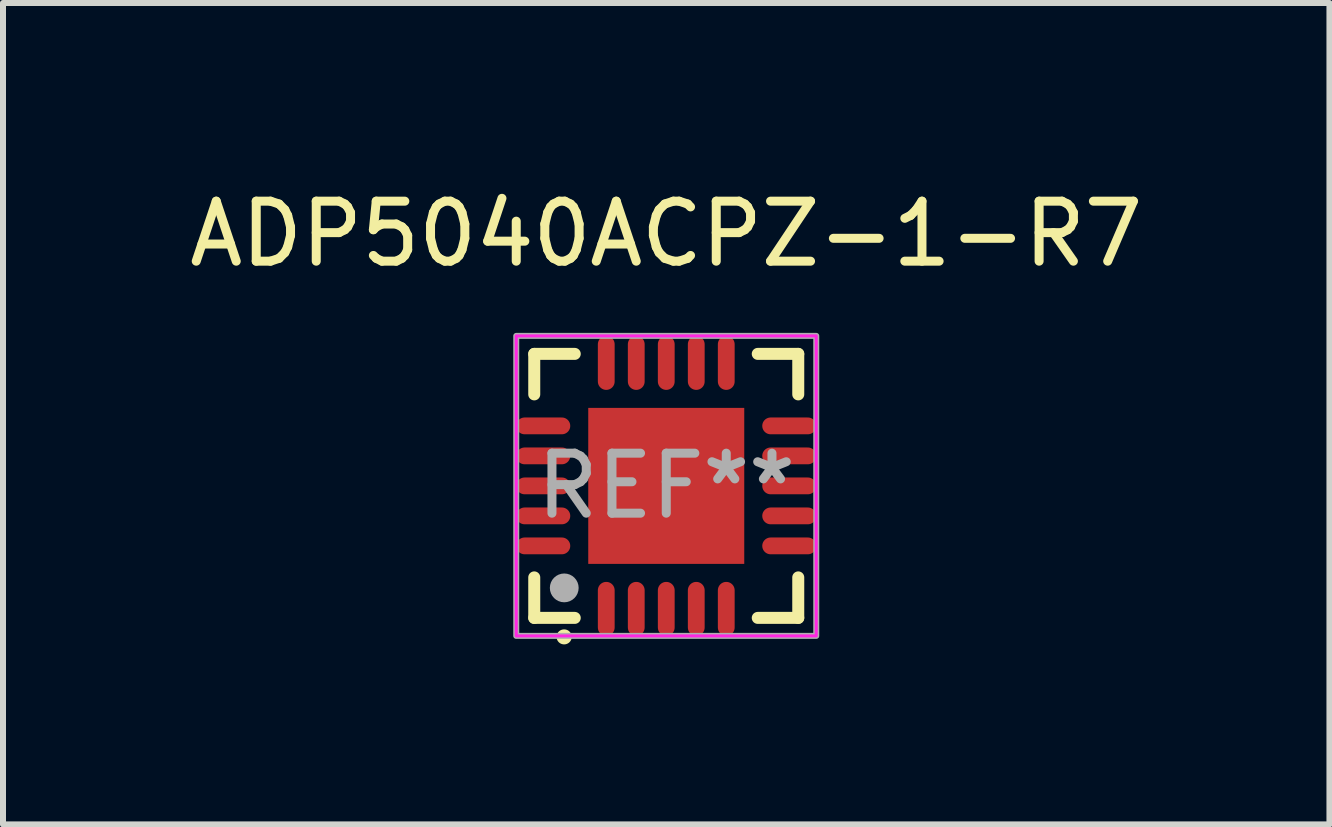
<source format=kicad_pcb>
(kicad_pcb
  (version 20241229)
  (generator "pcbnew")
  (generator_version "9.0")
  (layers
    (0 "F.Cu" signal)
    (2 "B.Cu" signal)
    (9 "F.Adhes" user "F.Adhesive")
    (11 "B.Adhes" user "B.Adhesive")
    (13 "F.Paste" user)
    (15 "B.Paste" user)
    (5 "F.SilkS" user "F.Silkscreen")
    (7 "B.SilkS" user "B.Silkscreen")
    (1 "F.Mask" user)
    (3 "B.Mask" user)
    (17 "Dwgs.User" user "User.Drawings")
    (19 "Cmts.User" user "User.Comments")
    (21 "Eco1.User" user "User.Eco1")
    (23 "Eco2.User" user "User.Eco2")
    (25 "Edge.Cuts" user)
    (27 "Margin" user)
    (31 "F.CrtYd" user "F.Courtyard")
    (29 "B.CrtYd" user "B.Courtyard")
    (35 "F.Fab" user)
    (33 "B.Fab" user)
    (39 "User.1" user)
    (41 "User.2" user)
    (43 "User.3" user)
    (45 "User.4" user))
  (footprint "ADP5040ACPZ-1-R7"
    (layer "F.Cu")
    (at 8.054 5.048)
    (property "Reference" "ADP5040ACPZ-1-R7" (at -0.000076 -4.2 0) (layer "F.SilkS") (effects (font (size 1 1) (thickness 0.15))))
    (attr smd)
    (fp_line (start -2.2 -2.2) (end -1.525 -2.2) (stroke (width 0.2) (type solid)) (layer "F.SilkS"))
    (fp_line (start -2.2 -1.525) (end -2.2 -2.2) (stroke (width 0.2) (type solid)) (layer "F.SilkS"))
    (fp_line (start -2.2 2.2) (end -2.2 1.525) (stroke (width 0.2) (type solid)) (layer "F.SilkS"))
    (fp_line (start -1.525 2.2) (end -2.2 2.2) (stroke (width 0.2) (type solid)) (layer "F.SilkS"))
    (fp_line (start 1.525 2.2) (end 2.2 2.2) (stroke (width 0.2) (type solid)) (layer "F.SilkS"))
    (fp_line (start 2.2 -2.2) (end 1.525 -2.2) (stroke (width 0.2) (type solid)) (layer "F.SilkS"))
    (fp_line (start 2.2 -1.525) (end 2.2 -2.2) (stroke (width 0.2) (type solid)) (layer "F.SilkS"))
    (fp_line (start 2.2 2.2) (end 2.2 1.525) (stroke (width 0.2) (type solid)) (layer "F.SilkS"))
    (fp_arc (start -1.70315 2.516535) (mid -1.70188 2.516529) (end -1.70061 2.516535) (stroke (width 0.25) (type solid)) (layer "F.SilkS"))
    (fp_rect (start -2.5 -2.5) (end 2.5 2.5) (stroke (width 0.05) (type default)) (fill no) (layer "F.CrtYd"))
    (fp_rect (start -2.5 -2.5) (end 2.5 2.5) (stroke (width 0.1) (type default)) (fill no) (layer "F.Fab"))
    (fp_circle (center -1.7 1.7) (end -1.58 1.7) (stroke (width 0.24) (type solid)) (fill no) (layer "F.Fab"))
    (fp_text user "REF**" (at 0 0 0) (layer "F.Fab") (effects (font (size 1 1) (thickness 0.15))))
    (pad "1" smd oval (at -1 2.05) (size 0.28 0.9) (layers "F.Cu" "F.Mask" "F.Paste"))
    (pad "2" smd oval (at -0.5 2.05) (size 0.28 0.9) (layers "F.Cu" "F.Mask" "F.Paste"))
    (pad "3" smd oval (at 0 2.05) (size 0.28 0.9) (layers "F.Cu" "F.Mask" "F.Paste"))
    (pad "4" smd oval (at 0.5 2.05) (size 0.28 0.9) (layers "F.Cu" "F.Mask" "F.Paste"))
    (pad "5" smd oval (at 1 2.05) (size 0.28 0.9) (layers "F.Cu" "F.Mask" "F.Paste"))
    (pad "6" smd oval (at 2.05 1) (size 0.9 0.28) (layers "F.Cu" "F.Mask" "F.Paste"))
    (pad "7" smd oval (at 2.05 0.5) (size 0.9 0.28) (layers "F.Cu" "F.Mask" "F.Paste"))
    (pad "8" smd oval (at 2.05 0) (size 0.9 0.28) (layers "F.Cu" "F.Mask" "F.Paste"))
    (pad "9" smd oval (at 2.05 -0.5) (size 0.9 0.28) (layers "F.Cu" "F.Mask" "F.Paste"))
    (pad "10" smd oval (at 2.05 -1) (size 0.9 0.28) (layers "F.Cu" "F.Mask" "F.Paste"))
    (pad "11" smd oval (at 1 -2.05) (size 0.28 0.9) (layers "F.Cu" "F.Mask" "F.Paste"))
    (pad "12" smd oval (at 0.5 -2.05) (size 0.28 0.9) (layers "F.Cu" "F.Mask" "F.Paste"))
    (pad "13" smd oval (at 0 -2.05) (size 0.28 0.9) (layers "F.Cu" "F.Mask" "F.Paste"))
    (pad "14" smd oval (at -0.5 -2.05) (size 0.28 0.9) (layers "F.Cu" "F.Mask" "F.Paste"))
    (pad "15" smd oval (at -1 -2.05) (size 0.28 0.9) (layers "F.Cu" "F.Mask" "F.Paste"))
    (pad "16" smd oval (at -2.05 -1) (size 0.9 0.28) (layers "F.Cu" "F.Mask" "F.Paste"))
    (pad "17" smd oval (at -2.05 -0.5) (size 0.9 0.28) (layers "F.Cu" "F.Mask" "F.Paste"))
    (pad "18" smd oval (at -2.05 0) (size 0.9 0.28) (layers "F.Cu" "F.Mask" "F.Paste"))
    (pad "19" smd oval (at -2.05 0.5) (size 0.9 0.28) (layers "F.Cu" "F.Mask" "F.Paste"))
    (pad "20" smd oval (at -2.05 1) (size 0.9 0.28) (layers "F.Cu" "F.Mask" "F.Paste"))
    (pad "21" smd rect (at 0 0) (size 2.6 2.6) (layers "F.Cu" "F.Mask" "F.Paste")))
  (gr_rect
    (start -3 -3)
    (end 19.107 10.69)
    (stroke (width 0.1) (type default))
    (fill no)
    (layer "Edge.Cuts")))
</source>
